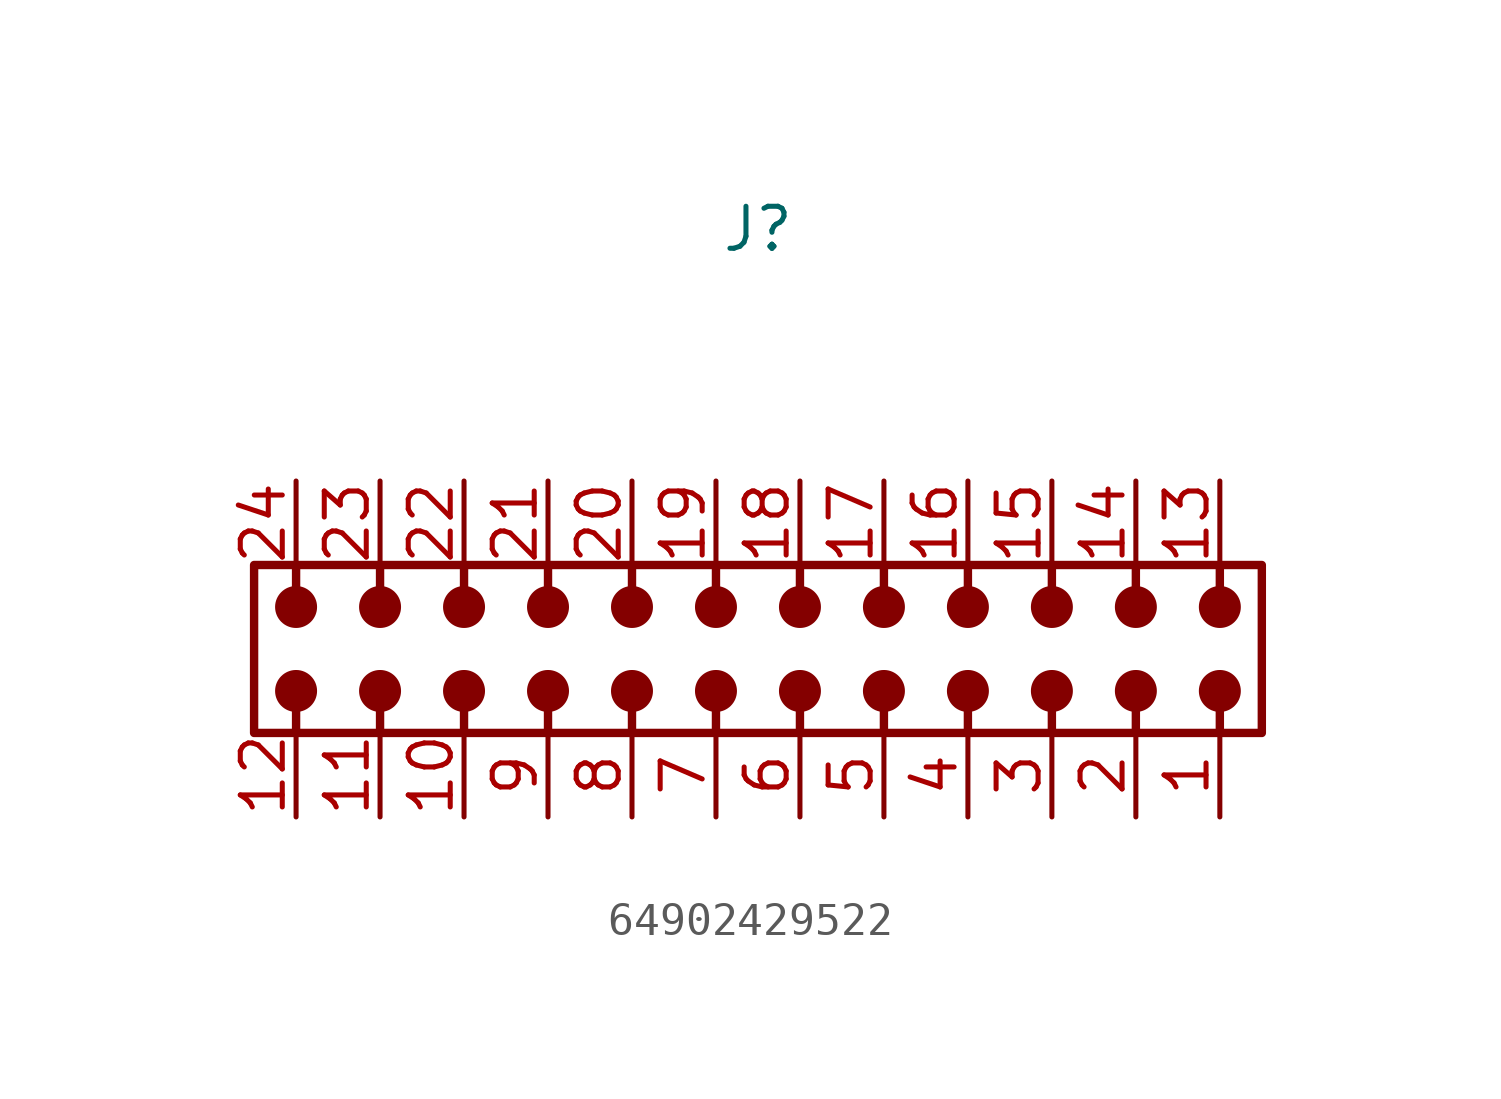
<source format=kicad_sym>
(kicad_symbol_lib
  (version 20241209)
  (generator "kicad_symbol_editor")
  (generator_version "9.0")
  (symbol "64902429522"
    (pin_names
      (hide yes))
    (property "Reference" "J"
      (at 0 12.7 0)
      (effects (font (size 1.27 1.27))))
    (symbol "64902429522_1_1"
      (rectangle (start -15.24 2.54) (end 15.24 -2.54) (stroke (width 0.254) (type solid)) (fill (type none)))
      (polyline (pts (xy -13.97 1.778) (xy -13.97 2.54)) (stroke (width 0.254) (type solid)) (fill (type none)))
      (circle (center -13.97 1.27) (radius 0.508) (stroke (width 0.254) (type solid)) (fill (type outline)))
      (circle (center -13.97 -1.27) (radius 0.508) (stroke (width 0.254) (type solid)) (fill (type outline)))
      (polyline (pts (xy -13.97 -1.778) (xy -13.97 -2.54)) (stroke (width 0.254) (type solid)) (fill (type none)))
      (polyline (pts (xy -11.43 1.778) (xy -11.43 2.54)) (stroke (width 0.254) (type solid)) (fill (type none)))
      (circle (center -11.43 1.27) (radius 0.508) (stroke (width 0.254) (type solid)) (fill (type outline)))
      (circle (center -11.43 -1.27) (radius 0.508) (stroke (width 0.254) (type solid)) (fill (type outline)))
      (polyline (pts (xy -11.43 -1.778) (xy -11.43 -2.54)) (stroke (width 0.254) (type solid)) (fill (type none)))
      (polyline (pts (xy -8.89 1.778) (xy -8.89 2.54)) (stroke (width 0.254) (type solid)) (fill (type none)))
      (circle (center -8.89 1.27) (radius 0.508) (stroke (width 0.254) (type solid)) (fill (type outline)))
      (circle (center -8.89 -1.27) (radius 0.508) (stroke (width 0.254) (type solid)) (fill (type outline)))
      (polyline (pts (xy -8.89 -1.778) (xy -8.89 -2.54)) (stroke (width 0.254) (type solid)) (fill (type none)))
      (polyline (pts (xy -6.35 1.778) (xy -6.35 2.54)) (stroke (width 0.254) (type solid)) (fill (type none)))
      (circle (center -6.35 1.27) (radius 0.508) (stroke (width 0.254) (type solid)) (fill (type outline)))
      (circle (center -6.35 -1.27) (radius 0.508) (stroke (width 0.254) (type solid)) (fill (type outline)))
      (polyline (pts (xy -6.35 -1.778) (xy -6.35 -2.54)) (stroke (width 0.254) (type solid)) (fill (type none)))
      (polyline (pts (xy -3.81 1.778) (xy -3.81 2.54)) (stroke (width 0.254) (type solid)) (fill (type none)))
      (circle (center -3.81 1.27) (radius 0.508) (stroke (width 0.254) (type solid)) (fill (type outline)))
      (circle (center -3.81 -1.27) (radius 0.508) (stroke (width 0.254) (type solid)) (fill (type outline)))
      (polyline (pts (xy -3.81 -1.778) (xy -3.81 -2.54)) (stroke (width 0.254) (type solid)) (fill (type none)))
      (polyline (pts (xy -1.27 1.778) (xy -1.27 2.54)) (stroke (width 0.254) (type solid)) (fill (type none)))
      (circle (center -1.27 1.27) (radius 0.508) (stroke (width 0.254) (type solid)) (fill (type outline)))
      (circle (center -1.27 -1.27) (radius 0.508) (stroke (width 0.254) (type solid)) (fill (type outline)))
      (polyline (pts (xy -1.27 -1.778) (xy -1.27 -2.54)) (stroke (width 0.254) (type solid)) (fill (type none)))
      (polyline (pts (xy 1.27 1.778) (xy 1.27 2.54)) (stroke (width 0.254) (type solid)) (fill (type none)))
      (circle (center 1.27 1.27) (radius 0.508) (stroke (width 0.254) (type solid)) (fill (type outline)))
      (circle (center 1.27 -1.27) (radius 0.508) (stroke (width 0.254) (type solid)) (fill (type outline)))
      (polyline (pts (xy 1.27 -1.778) (xy 1.27 -2.54)) (stroke (width 0.254) (type solid)) (fill (type none)))
      (polyline (pts (xy 3.81 1.778) (xy 3.81 2.54)) (stroke (width 0.254) (type solid)) (fill (type none)))
      (circle (center 3.81 1.27) (radius 0.508) (stroke (width 0.254) (type solid)) (fill (type outline)))
      (circle (center 3.81 -1.27) (radius 0.508) (stroke (width 0.254) (type solid)) (fill (type outline)))
      (polyline (pts (xy 3.81 -1.778) (xy 3.81 -2.54)) (stroke (width 0.254) (type solid)) (fill (type none)))
      (polyline (pts (xy 6.35 1.778) (xy 6.35 2.54)) (stroke (width 0.254) (type solid)) (fill (type none)))
      (circle (center 6.35 1.27) (radius 0.508) (stroke (width 0.254) (type solid)) (fill (type outline)))
      (circle (center 6.35 -1.27) (radius 0.508) (stroke (width 0.254) (type solid)) (fill (type outline)))
      (polyline (pts (xy 6.35 -1.778) (xy 6.35 -2.54)) (stroke (width 0.254) (type solid)) (fill (type none)))
      (polyline (pts (xy 8.89 1.778) (xy 8.89 2.54)) (stroke (width 0.254) (type solid)) (fill (type none)))
      (circle (center 8.89 1.27) (radius 0.508) (stroke (width 0.254) (type solid)) (fill (type outline)))
      (circle (center 8.89 -1.27) (radius 0.508) (stroke (width 0.254) (type solid)) (fill (type outline)))
      (polyline (pts (xy 8.89 -1.778) (xy 8.89 -2.54)) (stroke (width 0.254) (type solid)) (fill (type none)))
      (polyline (pts (xy 11.43 1.778) (xy 11.43 2.54)) (stroke (width 0.254) (type solid)) (fill (type none)))
      (circle (center 11.43 1.27) (radius 0.508) (stroke (width 0.254) (type solid)) (fill (type outline)))
      (circle (center 11.43 -1.27) (radius 0.508) (stroke (width 0.254) (type solid)) (fill (type outline)))
      (polyline (pts (xy 11.43 -1.778) (xy 11.43 -2.54)) (stroke (width 0.254) (type solid)) (fill (type none)))
      (polyline (pts (xy 13.97 1.778) (xy 13.97 2.54)) (stroke (width 0.254) (type solid)) (fill (type none)))
      (circle (center 13.97 1.27) (radius 0.508) (stroke (width 0.254) (type solid)) (fill (type outline)))
      (circle (center 13.97 -1.27) (radius 0.508) (stroke (width 0.254) (type solid)) (fill (type outline)))
      (polyline (pts (xy 13.97 -1.778) (xy 13.97 -2.54)) (stroke (width 0.254) (type solid)) (fill (type none)))
      (pin passive line (at -13.97 5.08 270) (length 2.54) (name "24" (effects (font (size 1.27 1.27)))) (number "24" (effects (font (size 1.27 1.27)))))
      (pin passive line (at -13.97 -5.08 90) (length 2.54) (name "12" (effects (font (size 1.27 1.27)))) (number "12" (effects (font (size 1.27 1.27)))))
      (pin passive line (at -11.43 5.08 270) (length 2.54) (name "23" (effects (font (size 1.27 1.27)))) (number "23" (effects (font (size 1.27 1.27)))))
      (pin passive line (at -11.43 -5.08 90) (length 2.54) (name "11" (effects (font (size 1.27 1.27)))) (number "11" (effects (font (size 1.27 1.27)))))
      (pin passive line (at -8.89 5.08 270) (length 2.54) (name "22" (effects (font (size 1.27 1.27)))) (number "22" (effects (font (size 1.27 1.27)))))
      (pin passive line (at -8.89 -5.08 90) (length 2.54) (name "10" (effects (font (size 1.27 1.27)))) (number "10" (effects (font (size 1.27 1.27)))))
      (pin passive line (at -6.35 5.08 270) (length 2.54) (name "21" (effects (font (size 1.27 1.27)))) (number "21" (effects (font (size 1.27 1.27)))))
      (pin passive line (at -6.35 -5.08 90) (length 2.54) (name "9" (effects (font (size 1.27 1.27)))) (number "9" (effects (font (size 1.27 1.27)))))
      (pin passive line (at -3.81 5.08 270) (length 2.54) (name "20" (effects (font (size 1.27 1.27)))) (number "20" (effects (font (size 1.27 1.27)))))
      (pin passive line (at -3.81 -5.08 90) (length 2.54) (name "8" (effects (font (size 1.27 1.27)))) (number "8" (effects (font (size 1.27 1.27)))))
      (pin passive line (at -1.27 5.08 270) (length 2.54) (name "19" (effects (font (size 1.27 1.27)))) (number "19" (effects (font (size 1.27 1.27)))))
      (pin passive line (at -1.27 -5.08 90) (length 2.54) (name "7" (effects (font (size 1.27 1.27)))) (number "7" (effects (font (size 1.27 1.27)))))
      (pin passive line (at 1.27 5.08 270) (length 2.54) (name "18" (effects (font (size 1.27 1.27)))) (number "18" (effects (font (size 1.27 1.27)))))
      (pin passive line (at 1.27 -5.08 90) (length 2.54) (name "6" (effects (font (size 1.27 1.27)))) (number "6" (effects (font (size 1.27 1.27)))))
      (pin passive line (at 3.81 5.08 270) (length 2.54) (name "17" (effects (font (size 1.27 1.27)))) (number "17" (effects (font (size 1.27 1.27)))))
      (pin passive line (at 3.81 -5.08 90) (length 2.54) (name "5" (effects (font (size 1.27 1.27)))) (number "5" (effects (font (size 1.27 1.27)))))
      (pin passive line (at 6.35 5.08 270) (length 2.54) (name "16" (effects (font (size 1.27 1.27)))) (number "16" (effects (font (size 1.27 1.27)))))
      (pin passive line (at 6.35 -5.08 90) (length 2.54) (name "4" (effects (font (size 1.27 1.27)))) (number "4" (effects (font (size 1.27 1.27)))))
      (pin passive line (at 8.89 5.08 270) (length 2.54) (name "15" (effects (font (size 1.27 1.27)))) (number "15" (effects (font (size 1.27 1.27)))))
      (pin passive line (at 8.89 -5.08 90) (length 2.54) (name "3" (effects (font (size 1.27 1.27)))) (number "3" (effects (font (size 1.27 1.27)))))
      (pin passive line (at 11.43 5.08 270) (length 2.54) (name "14" (effects (font (size 1.27 1.27)))) (number "14" (effects (font (size 1.27 1.27)))))
      (pin passive line (at 11.43 -5.08 90) (length 2.54) (name "2" (effects (font (size 1.27 1.27)))) (number "2" (effects (font (size 1.27 1.27)))))
      (pin passive line (at 13.97 5.08 270) (length 2.54) (name "13" (effects (font (size 1.27 1.27)))) (number "13" (effects (font (size 1.27 1.27)))))
      (pin passive line (at 13.97 -5.08 90) (length 2.54) (name "1" (effects (font (size 1.27 1.27)))) (number "1" (effects (font (size 1.27 1.27))))))))
</source>
